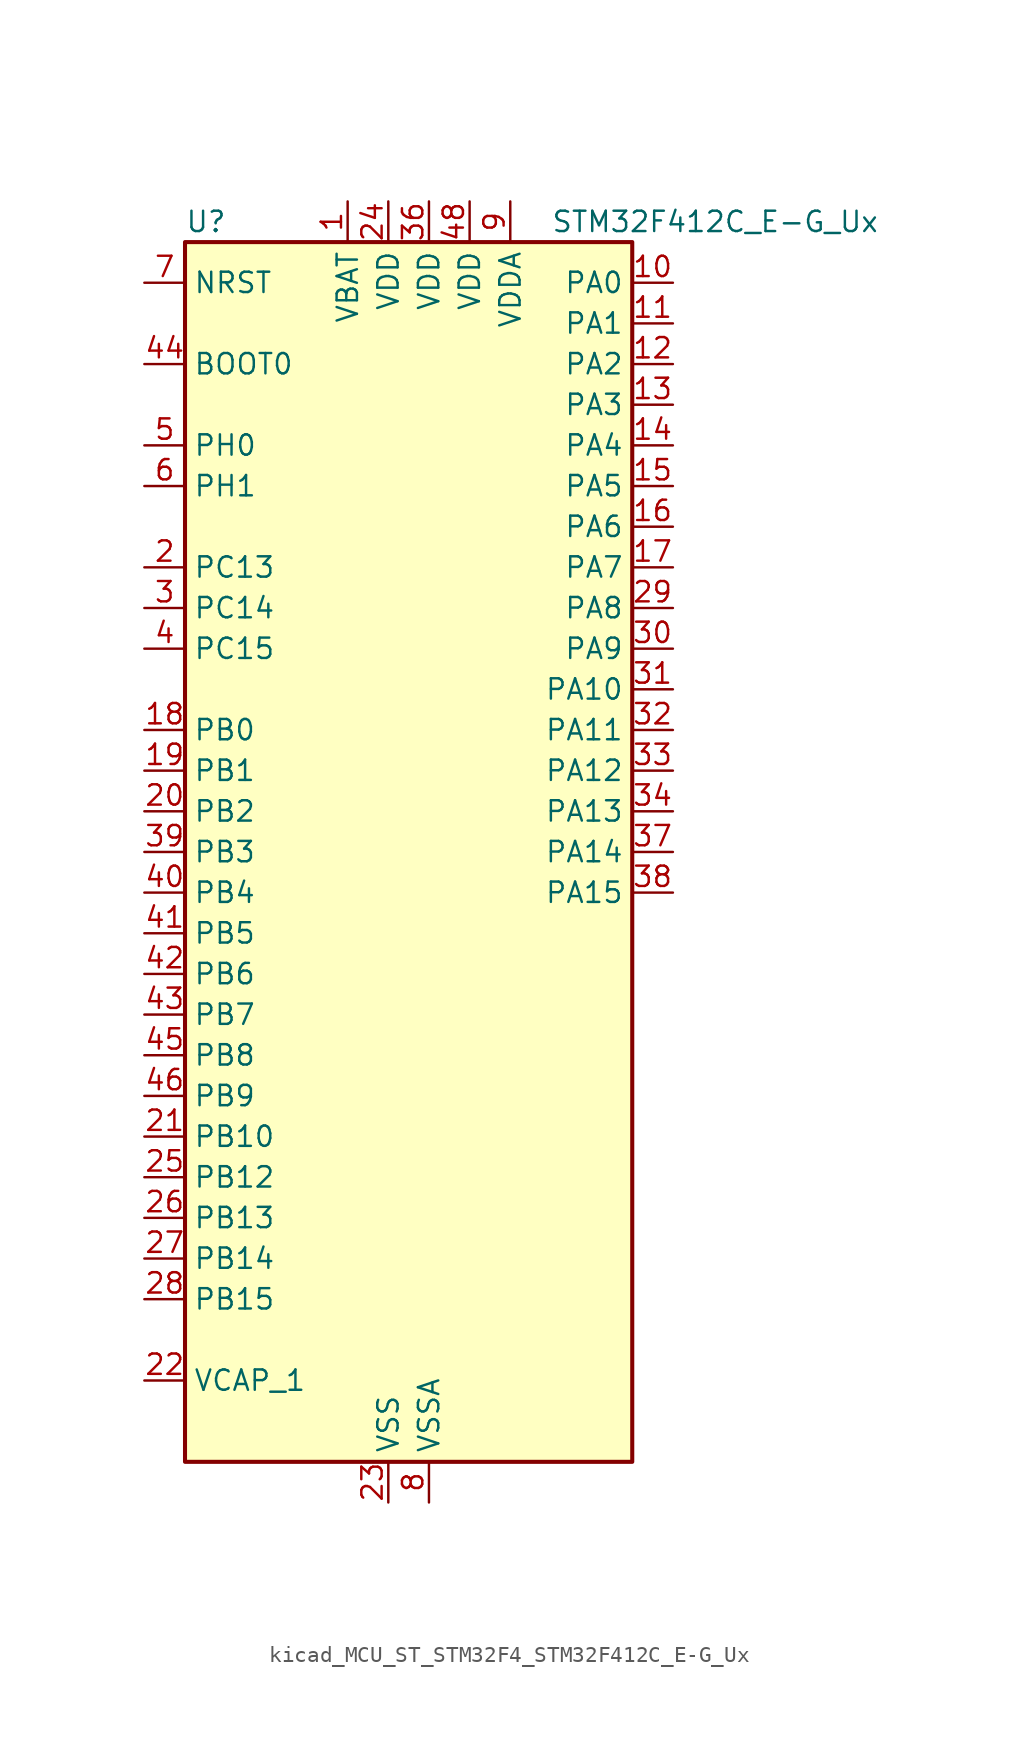
<source format=kicad_sym>
(kicad_symbol_lib
  (version 20220914)
  (generator kicad_symbol_editor)
  (symbol "kicad_MCU_ST_STM32F4_STM32F412C_E-G_Ux"
    (property "Reference" "U"
      (at -12.7 39.37 0)
      (effects (font (size 1.27 1.27)) (justify left)))
    (property "Value" "STM32F412C_E-G_Ux"
      (at 10.16 39.37 0)
      (effects (font (size 1.27 1.27)) (justify left)))
    (property "ki_locked" ""
      (at 0 0 0)
      (effects (font (size 1.27 1.27))))
    (symbol "kicad_MCU_ST_STM32F4_STM32F412C_E-G_Ux_0_1"
      (rectangle (start -12.7 -38.1) (end 15.24 38.1) (stroke (width 0.254) (type default)) (fill (type background))))
    (symbol "kicad_MCU_ST_STM32F4_STM32F412C_E-G_Ux_1_1"
      (pin power_in line (at -2.54 40.64 270) (length 2.54) (name "VBAT" (effects (font (size 1.27 1.27)))) (number "1" (effects (font (size 1.27 1.27)))))
      (pin bidirectional line (at 17.78 35.56 180) (length 2.54) (name "PA0" (effects (font (size 1.27 1.27)))) (number "10" (effects (font (size 1.27 1.27)))) (alternate "ADC1_IN0" bidirectional line) (alternate "SYS_WKUP1" bidirectional line) (alternate "TIM2_CH1" bidirectional line) (alternate "TIM2_ETR" bidirectional line) (alternate "TIM5_CH1" bidirectional line) (alternate "TIM8_ETR" bidirectional line) (alternate "USART2_CTS" bidirectional line))
      (pin bidirectional line (at 17.78 33.02 180) (length 2.54) (name "PA1" (effects (font (size 1.27 1.27)))) (number "11" (effects (font (size 1.27 1.27)))) (alternate "ADC1_IN1" bidirectional line) (alternate "I2S4_SD" bidirectional line) (alternate "SPI4_MOSI" bidirectional line) (alternate "TIM2_CH2" bidirectional line) (alternate "TIM5_CH2" bidirectional line) (alternate "USART2_RTS" bidirectional line))
      (pin bidirectional line (at 17.78 30.48 180) (length 2.54) (name "PA2" (effects (font (size 1.27 1.27)))) (number "12" (effects (font (size 1.27 1.27)))) (alternate "ADC1_IN2" bidirectional line) (alternate "I2S_CKIN" bidirectional line) (alternate "TIM2_CH3" bidirectional line) (alternate "TIM5_CH3" bidirectional line) (alternate "TIM9_CH1" bidirectional line) (alternate "USART2_TX" bidirectional line))
      (pin bidirectional line (at 17.78 27.94 180) (length 2.54) (name "PA3" (effects (font (size 1.27 1.27)))) (number "13" (effects (font (size 1.27 1.27)))) (alternate "ADC1_IN3" bidirectional line) (alternate "I2S2_MCK" bidirectional line) (alternate "TIM2_CH4" bidirectional line) (alternate "TIM5_CH4" bidirectional line) (alternate "TIM9_CH2" bidirectional line) (alternate "USART2_RX" bidirectional line))
      (pin bidirectional line (at 17.78 25.4 180) (length 2.54) (name "PA4" (effects (font (size 1.27 1.27)))) (number "14" (effects (font (size 1.27 1.27)))) (alternate "ADC1_IN4" bidirectional line) (alternate "DFSDM1_DATIN1" bidirectional line) (alternate "I2S1_WS" bidirectional line) (alternate "I2S3_WS" bidirectional line) (alternate "SPI1_NSS" bidirectional line) (alternate "SPI3_NSS" bidirectional line) (alternate "USART2_CK" bidirectional line))
      (pin bidirectional line (at 17.78 22.86 180) (length 2.54) (name "PA5" (effects (font (size 1.27 1.27)))) (number "15" (effects (font (size 1.27 1.27)))) (alternate "ADC1_IN5" bidirectional line) (alternate "DFSDM1_CKIN1" bidirectional line) (alternate "I2S1_CK" bidirectional line) (alternate "SPI1_SCK" bidirectional line) (alternate "TIM2_CH1" bidirectional line) (alternate "TIM2_ETR" bidirectional line) (alternate "TIM8_CH1N" bidirectional line))
      (pin bidirectional line (at 17.78 20.32 180) (length 2.54) (name "PA6" (effects (font (size 1.27 1.27)))) (number "16" (effects (font (size 1.27 1.27)))) (alternate "ADC1_IN6" bidirectional line) (alternate "I2S2_MCK" bidirectional line) (alternate "SDIO_CMD" bidirectional line) (alternate "SPI1_MISO" bidirectional line) (alternate "TIM13_CH1" bidirectional line) (alternate "TIM1_BKIN" bidirectional line) (alternate "TIM3_CH1" bidirectional line) (alternate "TIM8_BKIN" bidirectional line))
      (pin bidirectional line (at 17.78 17.78 180) (length 2.54) (name "PA7" (effects (font (size 1.27 1.27)))) (number "17" (effects (font (size 1.27 1.27)))) (alternate "ADC1_IN7" bidirectional line) (alternate "I2S1_SD" bidirectional line) (alternate "SPI1_MOSI" bidirectional line) (alternate "TIM14_CH1" bidirectional line) (alternate "TIM1_CH1N" bidirectional line) (alternate "TIM3_CH2" bidirectional line) (alternate "TIM8_CH1N" bidirectional line))
      (pin bidirectional line (at -15.24 7.62 0) (length 2.54) (name "PB0" (effects (font (size 1.27 1.27)))) (number "18" (effects (font (size 1.27 1.27)))) (alternate "ADC1_IN8" bidirectional line) (alternate "I2S5_CK" bidirectional line) (alternate "SPI5_SCK" bidirectional line) (alternate "TIM1_CH2N" bidirectional line) (alternate "TIM3_CH3" bidirectional line) (alternate "TIM8_CH2N" bidirectional line))
      (pin bidirectional line (at -15.24 5.08 0) (length 2.54) (name "PB1" (effects (font (size 1.27 1.27)))) (number "19" (effects (font (size 1.27 1.27)))) (alternate "ADC1_IN9" bidirectional line) (alternate "DFSDM1_DATIN0" bidirectional line) (alternate "I2S5_WS" bidirectional line) (alternate "SPI5_NSS" bidirectional line) (alternate "TIM1_CH3N" bidirectional line) (alternate "TIM3_CH4" bidirectional line) (alternate "TIM8_CH3N" bidirectional line))
      (pin bidirectional line (at -15.24 17.78 0) (length 2.54) (name "PC13" (effects (font (size 1.27 1.27)))) (number "2" (effects (font (size 1.27 1.27)))) (alternate "RTC_AF1" bidirectional line))
      (pin bidirectional line (at -15.24 2.54 0) (length 2.54) (name "PB2" (effects (font (size 1.27 1.27)))) (number "20" (effects (font (size 1.27 1.27)))) (alternate "DFSDM1_CKIN0" bidirectional line))
      (pin bidirectional line (at -15.24 -17.78 0) (length 2.54) (name "PB10" (effects (font (size 1.27 1.27)))) (number "21" (effects (font (size 1.27 1.27)))) (alternate "FMPI2C1_SCL" bidirectional line) (alternate "I2C2_SCL" bidirectional line) (alternate "I2S2_CK" bidirectional line) (alternate "I2S3_MCK" bidirectional line) (alternate "SDIO_D7" bidirectional line) (alternate "SPI2_SCK" bidirectional line) (alternate "TIM2_CH3" bidirectional line) (alternate "USART3_TX" bidirectional line))
      (pin power_out line (at -15.24 -33.02 0) (length 2.54) (name "VCAP_1" (effects (font (size 1.27 1.27)))) (number "22" (effects (font (size 1.27 1.27)))))
      (pin power_in line (at 0 -40.64 90) (length 2.54) (name "VSS" (effects (font (size 1.27 1.27)))) (number "23" (effects (font (size 1.27 1.27)))))
      (pin power_in line (at 0 40.64 270) (length 2.54) (name "VDD" (effects (font (size 1.27 1.27)))) (number "24" (effects (font (size 1.27 1.27)))))
      (pin bidirectional line (at -15.24 -20.32 0) (length 2.54) (name "PB12" (effects (font (size 1.27 1.27)))) (number "25" (effects (font (size 1.27 1.27)))) (alternate "CAN2_RX" bidirectional line) (alternate "DFSDM1_DATIN1" bidirectional line) (alternate "I2C2_SMBA" bidirectional line) (alternate "I2S2_WS" bidirectional line) (alternate "I2S3_CK" bidirectional line) (alternate "I2S4_WS" bidirectional line) (alternate "SPI2_NSS" bidirectional line) (alternate "SPI3_SCK" bidirectional line) (alternate "SPI4_NSS" bidirectional line) (alternate "TIM1_BKIN" bidirectional line) (alternate "USART3_CK" bidirectional line))
      (pin bidirectional line (at -15.24 -22.86 0) (length 2.54) (name "PB13" (effects (font (size 1.27 1.27)))) (number "26" (effects (font (size 1.27 1.27)))) (alternate "CAN2_TX" bidirectional line) (alternate "DFSDM1_CKIN1" bidirectional line) (alternate "FMPI2C1_SMBA" bidirectional line) (alternate "I2S2_CK" bidirectional line) (alternate "I2S4_CK" bidirectional line) (alternate "SPI2_SCK" bidirectional line) (alternate "SPI4_SCK" bidirectional line) (alternate "TIM1_CH1N" bidirectional line))
      (pin bidirectional line (at -15.24 -25.4 0) (length 2.54) (name "PB14" (effects (font (size 1.27 1.27)))) (number "27" (effects (font (size 1.27 1.27)))) (alternate "DFSDM1_DATIN2" bidirectional line) (alternate "FMPI2C1_SDA" bidirectional line) (alternate "I2S2_ext_SD" bidirectional line) (alternate "SDIO_D6" bidirectional line) (alternate "SPI2_MISO" bidirectional line) (alternate "TIM12_CH1" bidirectional line) (alternate "TIM1_CH2N" bidirectional line) (alternate "TIM8_CH2N" bidirectional line))
      (pin bidirectional line (at -15.24 -27.94 0) (length 2.54) (name "PB15" (effects (font (size 1.27 1.27)))) (number "28" (effects (font (size 1.27 1.27)))) (alternate "ADC1_EXTI15" bidirectional line) (alternate "DFSDM1_CKIN2" bidirectional line) (alternate "FMPI2C1_SCL" bidirectional line) (alternate "I2S2_SD" bidirectional line) (alternate "RTC_REFIN" bidirectional line) (alternate "SDIO_CK" bidirectional line) (alternate "SPI2_MOSI" bidirectional line) (alternate "TIM12_CH2" bidirectional line) (alternate "TIM1_CH3N" bidirectional line) (alternate "TIM8_CH3N" bidirectional line))
      (pin bidirectional line (at 17.78 15.24 180) (length 2.54) (name "PA8" (effects (font (size 1.27 1.27)))) (number "29" (effects (font (size 1.27 1.27)))) (alternate "I2C3_SCL" bidirectional line) (alternate "RCC_MCO_1" bidirectional line) (alternate "SDIO_D1" bidirectional line) (alternate "TIM1_CH1" bidirectional line) (alternate "USART1_CK" bidirectional line) (alternate "USB_OTG_FS_SOF" bidirectional line))
      (pin bidirectional line (at -15.24 15.24 0) (length 2.54) (name "PC14" (effects (font (size 1.27 1.27)))) (number "3" (effects (font (size 1.27 1.27)))) (alternate "RCC_OSC32_IN" bidirectional line))
      (pin bidirectional line (at 17.78 12.7 180) (length 2.54) (name "PA9" (effects (font (size 1.27 1.27)))) (number "30" (effects (font (size 1.27 1.27)))) (alternate "I2C3_SMBA" bidirectional line) (alternate "SDIO_D2" bidirectional line) (alternate "TIM1_CH2" bidirectional line) (alternate "USART1_TX" bidirectional line) (alternate "USB_OTG_FS_VBUS" bidirectional line))
      (pin bidirectional line (at 17.78 10.16 180) (length 2.54) (name "PA10" (effects (font (size 1.27 1.27)))) (number "31" (effects (font (size 1.27 1.27)))) (alternate "I2S5_SD" bidirectional line) (alternate "SPI5_MOSI" bidirectional line) (alternate "TIM1_CH3" bidirectional line) (alternate "USART1_RX" bidirectional line) (alternate "USB_OTG_FS_ID" bidirectional line))
      (pin bidirectional line (at 17.78 7.62 180) (length 2.54) (name "PA11" (effects (font (size 1.27 1.27)))) (number "32" (effects (font (size 1.27 1.27)))) (alternate "ADC1_EXTI11" bidirectional line) (alternate "CAN1_RX" bidirectional line) (alternate "SPI4_MISO" bidirectional line) (alternate "TIM1_CH4" bidirectional line) (alternate "USART1_CTS" bidirectional line) (alternate "USART6_TX" bidirectional line) (alternate "USB_OTG_FS_DM" bidirectional line))
      (pin bidirectional line (at 17.78 5.08 180) (length 2.54) (name "PA12" (effects (font (size 1.27 1.27)))) (number "33" (effects (font (size 1.27 1.27)))) (alternate "CAN1_TX" bidirectional line) (alternate "SPI5_MISO" bidirectional line) (alternate "TIM1_ETR" bidirectional line) (alternate "USART1_RTS" bidirectional line) (alternate "USART6_RX" bidirectional line) (alternate "USB_OTG_FS_DP" bidirectional line))
      (pin bidirectional line (at 17.78 2.54 180) (length 2.54) (name "PA13" (effects (font (size 1.27 1.27)))) (number "34" (effects (font (size 1.27 1.27)))) (alternate "SYS_JTMS-SWDIO" bidirectional line))
      (pin passive line (at 0 -40.64 90) (length 2.54) hide (name "VSS" (effects (font (size 1.27 1.27)))) (number "35" (effects (font (size 1.27 1.27)))))
      (pin power_in line (at 2.54 40.64 270) (length 2.54) (name "VDD" (effects (font (size 1.27 1.27)))) (number "36" (effects (font (size 1.27 1.27)))))
      (pin bidirectional line (at 17.78 0 180) (length 2.54) (name "PA14" (effects (font (size 1.27 1.27)))) (number "37" (effects (font (size 1.27 1.27)))) (alternate "SYS_JTCK-SWCLK" bidirectional line))
      (pin bidirectional line (at 17.78 -2.54 180) (length 2.54) (name "PA15" (effects (font (size 1.27 1.27)))) (number "38" (effects (font (size 1.27 1.27)))) (alternate "ADC1_EXTI15" bidirectional line) (alternate "I2S1_WS" bidirectional line) (alternate "I2S3_WS" bidirectional line) (alternate "SPI1_NSS" bidirectional line) (alternate "SPI3_NSS" bidirectional line) (alternate "SYS_JTDI" bidirectional line) (alternate "TIM2_CH1" bidirectional line) (alternate "TIM2_ETR" bidirectional line) (alternate "USART1_TX" bidirectional line))
      (pin bidirectional line (at -15.24 0 0) (length 2.54) (name "PB3" (effects (font (size 1.27 1.27)))) (number "39" (effects (font (size 1.27 1.27)))) (alternate "FMPI2C1_SDA" bidirectional line) (alternate "I2C2_SDA" bidirectional line) (alternate "I2S1_CK" bidirectional line) (alternate "I2S3_CK" bidirectional line) (alternate "SPI1_SCK" bidirectional line) (alternate "SPI3_SCK" bidirectional line) (alternate "SYS_JTDO-SWO" bidirectional line) (alternate "TIM2_CH2" bidirectional line) (alternate "USART1_RX" bidirectional line))
      (pin bidirectional line (at -15.24 12.7 0) (length 2.54) (name "PC15" (effects (font (size 1.27 1.27)))) (number "4" (effects (font (size 1.27 1.27)))) (alternate "ADC1_EXTI15" bidirectional line) (alternate "RCC_OSC32_OUT" bidirectional line))
      (pin bidirectional line (at -15.24 -2.54 0) (length 2.54) (name "PB4" (effects (font (size 1.27 1.27)))) (number "40" (effects (font (size 1.27 1.27)))) (alternate "I2C3_SDA" bidirectional line) (alternate "I2S3_ext_SD" bidirectional line) (alternate "SDIO_D0" bidirectional line) (alternate "SPI1_MISO" bidirectional line) (alternate "SPI3_MISO" bidirectional line) (alternate "SYS_JTRST" bidirectional line) (alternate "TIM3_CH1" bidirectional line))
      (pin bidirectional line (at -15.24 -5.08 0) (length 2.54) (name "PB5" (effects (font (size 1.27 1.27)))) (number "41" (effects (font (size 1.27 1.27)))) (alternate "CAN2_RX" bidirectional line) (alternate "I2C1_SMBA" bidirectional line) (alternate "I2S1_SD" bidirectional line) (alternate "I2S3_SD" bidirectional line) (alternate "SDIO_D3" bidirectional line) (alternate "SPI1_MOSI" bidirectional line) (alternate "SPI3_MOSI" bidirectional line) (alternate "TIM3_CH2" bidirectional line))
      (pin bidirectional line (at -15.24 -7.62 0) (length 2.54) (name "PB6" (effects (font (size 1.27 1.27)))) (number "42" (effects (font (size 1.27 1.27)))) (alternate "CAN2_TX" bidirectional line) (alternate "I2C1_SCL" bidirectional line) (alternate "SDIO_D0" bidirectional line) (alternate "TIM4_CH1" bidirectional line) (alternate "USART1_TX" bidirectional line))
      (pin bidirectional line (at -15.24 -10.16 0) (length 2.54) (name "PB7" (effects (font (size 1.27 1.27)))) (number "43" (effects (font (size 1.27 1.27)))) (alternate "I2C1_SDA" bidirectional line) (alternate "TIM4_CH2" bidirectional line) (alternate "USART1_RX" bidirectional line))
      (pin input line (at -15.24 30.48 0) (length 2.54) (name "BOOT0" (effects (font (size 1.27 1.27)))) (number "44" (effects (font (size 1.27 1.27)))))
      (pin bidirectional line (at -15.24 -12.7 0) (length 2.54) (name "PB8" (effects (font (size 1.27 1.27)))) (number "45" (effects (font (size 1.27 1.27)))) (alternate "CAN1_RX" bidirectional line) (alternate "I2C1_SCL" bidirectional line) (alternate "I2C3_SDA" bidirectional line) (alternate "I2S5_SD" bidirectional line) (alternate "SDIO_D4" bidirectional line) (alternate "SPI5_MOSI" bidirectional line) (alternate "TIM10_CH1" bidirectional line) (alternate "TIM4_CH3" bidirectional line))
      (pin bidirectional line (at -15.24 -15.24 0) (length 2.54) (name "PB9" (effects (font (size 1.27 1.27)))) (number "46" (effects (font (size 1.27 1.27)))) (alternate "CAN1_TX" bidirectional line) (alternate "I2C1_SDA" bidirectional line) (alternate "I2C2_SDA" bidirectional line) (alternate "I2S2_WS" bidirectional line) (alternate "SDIO_D5" bidirectional line) (alternate "SPI2_NSS" bidirectional line) (alternate "TIM11_CH1" bidirectional line) (alternate "TIM4_CH4" bidirectional line))
      (pin passive line (at 0 -40.64 90) (length 2.54) hide (name "VSS" (effects (font (size 1.27 1.27)))) (number "47" (effects (font (size 1.27 1.27)))))
      (pin power_in line (at 5.08 40.64 270) (length 2.54) (name "VDD" (effects (font (size 1.27 1.27)))) (number "48" (effects (font (size 1.27 1.27)))))
      (pin passive line (at 0 -40.64 90) (length 2.54) hide (name "VSS" (effects (font (size 1.27 1.27)))) (number "49" (effects (font (size 1.27 1.27)))))
      (pin bidirectional line (at -15.24 25.4 0) (length 2.54) (name "PH0" (effects (font (size 1.27 1.27)))) (number "5" (effects (font (size 1.27 1.27)))) (alternate "RCC_OSC_IN" bidirectional line))
      (pin bidirectional line (at -15.24 22.86 0) (length 2.54) (name "PH1" (effects (font (size 1.27 1.27)))) (number "6" (effects (font (size 1.27 1.27)))) (alternate "RCC_OSC_OUT" bidirectional line))
      (pin input line (at -15.24 35.56 0) (length 2.54) (name "NRST" (effects (font (size 1.27 1.27)))) (number "7" (effects (font (size 1.27 1.27)))))
      (pin power_in line (at 2.54 -40.64 90) (length 2.54) (name "VSSA" (effects (font (size 1.27 1.27)))) (number "8" (effects (font (size 1.27 1.27)))))
      (pin power_in line (at 7.62 40.64 270) (length 2.54) (name "VDDA" (effects (font (size 1.27 1.27)))) (number "9" (effects (font (size 1.27 1.27))))))))
</source>
